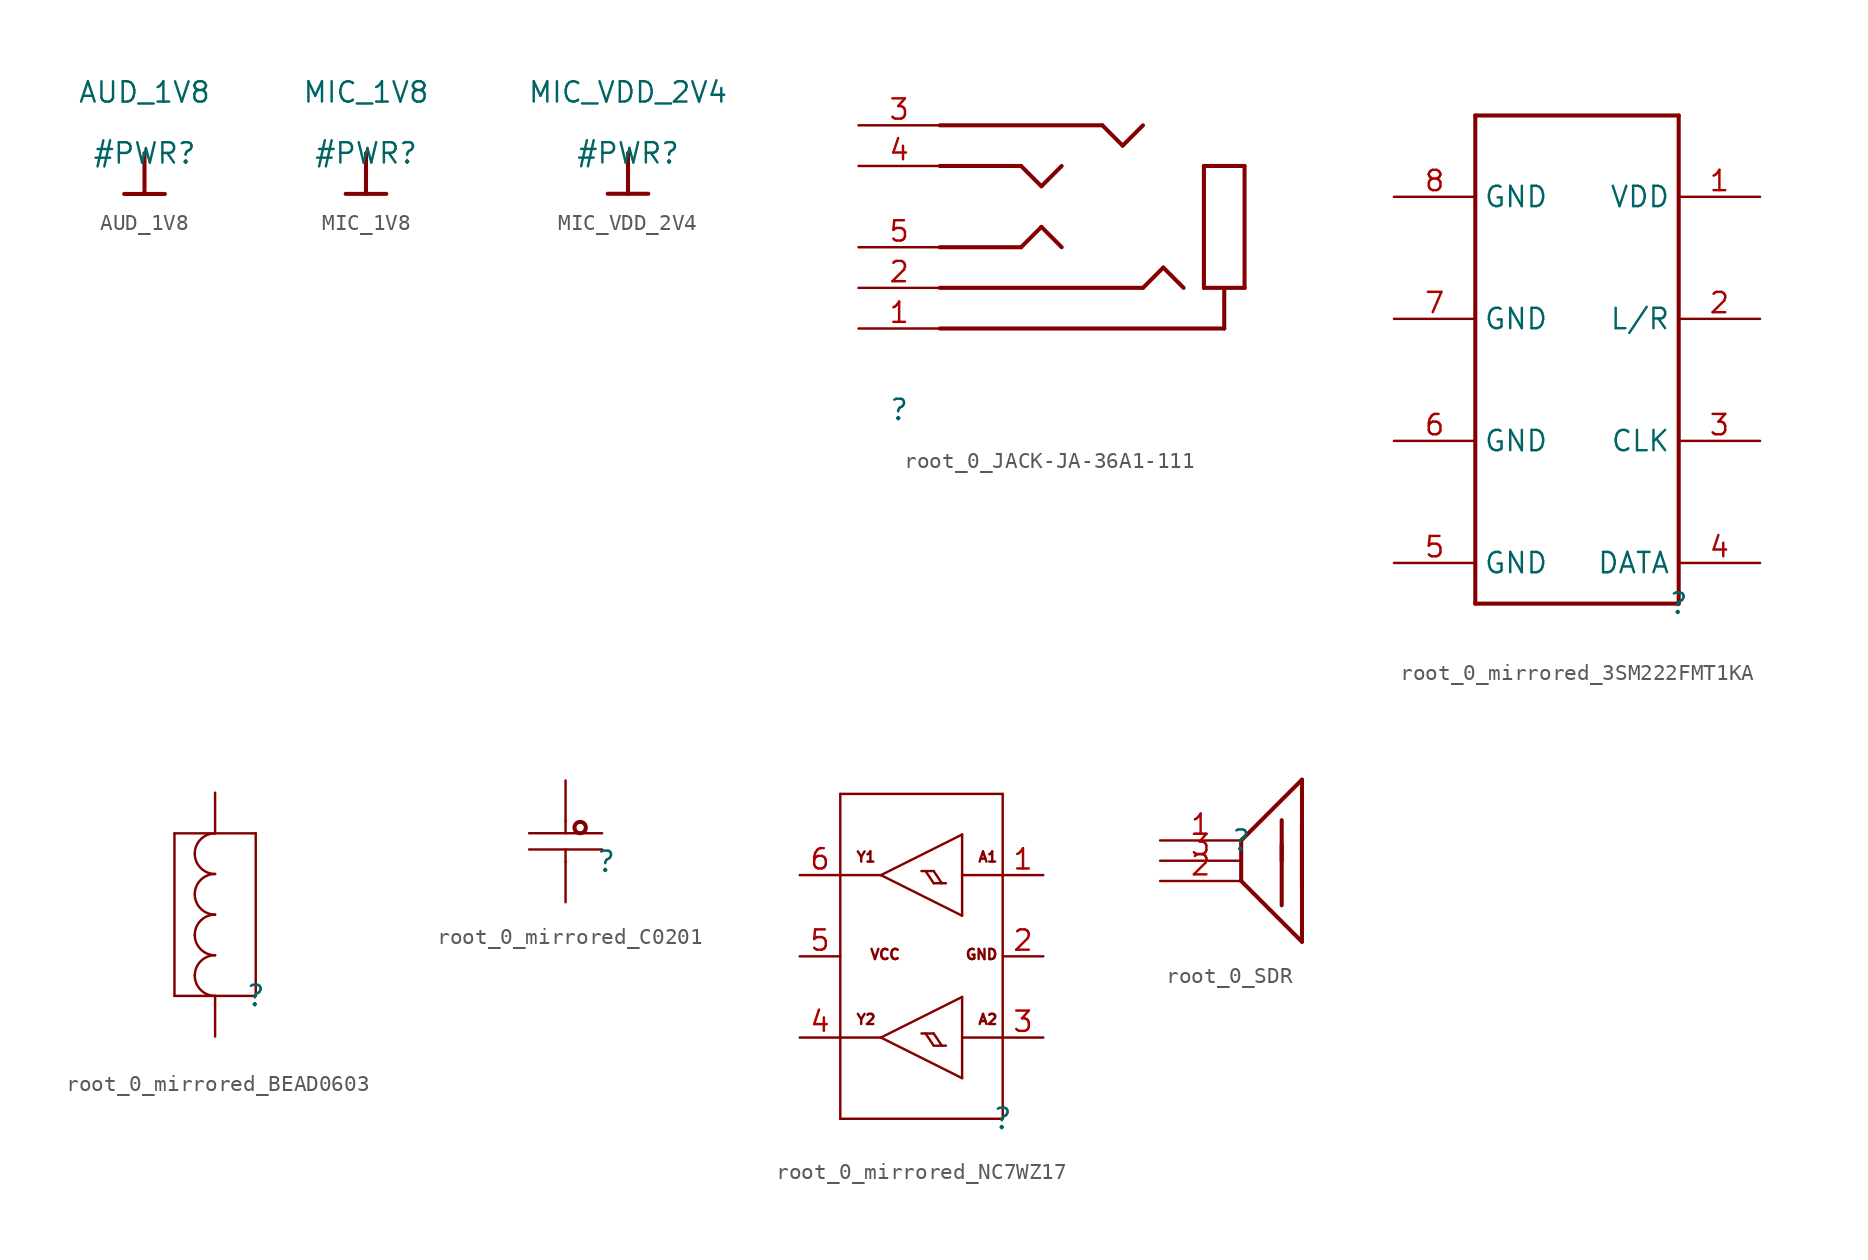
<source format=kicad_sym>
(kicad_symbol_lib
  (version 20220914)
  (generator kicad_symbol_editor)
  (symbol "AUD_1V8"
    (power)
    (property "Reference" "#PWR"
      (at 0 0 0)
      (effects (font (size 1.27 1.27))))
    (property "Value" "AUD_1V8"
      (at 0 3.81 0)
      (effects (font (size 1.27 1.27))))
    (symbol "AUD_1V8_0_0"
      (polyline (pts (xy -1.27 -2.54) (xy 1.27 -2.54)) (stroke (width 0.254) (type solid)) (fill (type none)))
      (polyline (pts (xy 0 0) (xy 0 -2.54)) (stroke (width 0.254) (type solid)) (fill (type none)))
      (pin power_in line (at 0 0 0) (length 0) hide (name "AUD_1V8" (effects (font (size 1.27 1.27)))) (number "" (effects (font (size 1.27 1.27)))))))
  (symbol "MIC_1V8"
    (power)
    (property "Reference" "#PWR"
      (at 0 0 0)
      (effects (font (size 1.27 1.27))))
    (property "Value" "MIC_1V8"
      (at 0 3.81 0)
      (effects (font (size 1.27 1.27))))
    (symbol "MIC_1V8_0_0"
      (polyline (pts (xy -1.27 -2.54) (xy 1.27 -2.54)) (stroke (width 0.254) (type solid)) (fill (type none)))
      (polyline (pts (xy 0 0) (xy 0 -2.54)) (stroke (width 0.254) (type solid)) (fill (type none)))
      (pin power_in line (at 0 0 0) (length 0) hide (name "MIC_1V8" (effects (font (size 1.27 1.27)))) (number "" (effects (font (size 1.27 1.27)))))))
  (symbol "MIC_VDD_2V4"
    (power)
    (property "Reference" "#PWR"
      (at 0 0 0)
      (effects (font (size 1.27 1.27))))
    (property "Value" "MIC_VDD_2V4"
      (at 0 3.81 0)
      (effects (font (size 1.27 1.27))))
    (symbol "MIC_VDD_2V4_0_0"
      (polyline (pts (xy -1.27 -2.54) (xy 1.27 -2.54)) (stroke (width 0.254) (type solid)) (fill (type none)))
      (polyline (pts (xy 0 0) (xy 0 -2.54)) (stroke (width 0.254) (type solid)) (fill (type none)))
      (pin power_in line (at 0 0 0) (length 0) hide (name "MIC_VDD_2V4" (effects (font (size 1.27 1.27)))) (number "" (effects (font (size 1.27 1.27)))))))
  (symbol "root_0_JACK-JA-36A1-111"
    (property "Reference" ""
      (at 0 0 0)
      (effects (font (size 1.27 1.27))))
    (property "Value" ""
      (at 0 0 0)
      (effects (font (size 1.27 1.27))))
    (symbol "root_0_JACK-JA-36A1-111_1_0"
      (polyline (pts (xy 2.54 5.08) (xy 20.32 5.08)) (stroke (width 0.254) (type solid)) (fill (type none)))
      (polyline (pts (xy 2.54 7.62) (xy 15.24 7.62)) (stroke (width 0.254) (type solid)) (fill (type none)))
      (polyline (pts (xy 2.54 10.16) (xy 7.62 10.16)) (stroke (width 0.254) (type solid)) (fill (type none)))
      (polyline (pts (xy 2.54 15.24) (xy 7.62 15.24)) (stroke (width 0.254) (type solid)) (fill (type none)))
      (polyline (pts (xy 2.54 17.78) (xy 12.7 17.78)) (stroke (width 0.254) (type solid)) (fill (type none)))
      (polyline (pts (xy 7.62 10.16) (xy 8.89 11.43)) (stroke (width 0.254) (type solid)) (fill (type none)))
      (polyline (pts (xy 7.62 15.24) (xy 8.89 13.97)) (stroke (width 0.254) (type solid)) (fill (type none)))
      (polyline (pts (xy 8.89 11.43) (xy 10.16 10.16)) (stroke (width 0.254) (type solid)) (fill (type none)))
      (polyline (pts (xy 8.89 13.97) (xy 10.16 15.24)) (stroke (width 0.254) (type solid)) (fill (type none)))
      (polyline (pts (xy 12.7 17.78) (xy 13.97 16.51)) (stroke (width 0.254) (type solid)) (fill (type none)))
      (polyline (pts (xy 13.97 16.51) (xy 15.24 17.78)) (stroke (width 0.254) (type solid)) (fill (type none)))
      (polyline (pts (xy 15.24 7.62) (xy 16.51 8.89)) (stroke (width 0.254) (type solid)) (fill (type none)))
      (polyline (pts (xy 16.51 8.89) (xy 17.78 7.62)) (stroke (width 0.254) (type solid)) (fill (type none)))
      (polyline (pts (xy 19.05 7.62) (xy 21.59 7.62)) (stroke (width 0.254) (type solid)) (fill (type none)))
      (polyline (pts (xy 19.05 15.24) (xy 19.05 7.62)) (stroke (width 0.254) (type solid)) (fill (type none)))
      (polyline (pts (xy 20.32 5.08) (xy 20.32 7.62)) (stroke (width 0.254) (type solid)) (fill (type none)))
      (polyline (pts (xy 21.59 7.62) (xy 21.59 15.24)) (stroke (width 0.254) (type solid)) (fill (type none)))
      (polyline (pts (xy 21.59 15.24) (xy 19.05 15.24)) (stroke (width 0.254) (type solid)) (fill (type none)))
      (pin passive line (at -2.54 5.08 0) (length 5.08) (name "1" (effects (font (size 0 0)))) (number "1" (effects (font (size 1.27 1.27)))))
      (pin passive line (at -2.54 7.62 0) (length 5.08) (name "2" (effects (font (size 0 0)))) (number "2" (effects (font (size 1.27 1.27)))))
      (pin passive line (at -2.54 17.78 0) (length 5.08) (name "3" (effects (font (size 0 0)))) (number "3" (effects (font (size 1.27 1.27)))))
      (pin passive line (at -2.54 15.24 0) (length 5.08) (name "4" (effects (font (size 0 0)))) (number "4" (effects (font (size 1.27 1.27)))))
      (pin passive line (at -2.54 10.16 0) (length 5.08) (name "5" (effects (font (size 0 0)))) (number "5" (effects (font (size 1.27 1.27)))))))
  (symbol "root_0_mirrored_3SM222FMT1KA"
    (property "Reference" ""
      (at 0 0 0)
      (effects (font (size 1.27 1.27))))
    (property "Value" ""
      (at 0 0 0)
      (effects (font (size 1.27 1.27))))
    (symbol "root_0_mirrored_3SM222FMT1KA_1_0"
      (polyline (pts (xy -12.7 0) (xy -12.7 30.48)) (stroke (width 0.254) (type solid)) (fill (type none)))
      (polyline (pts (xy -12.7 30.48) (xy 0 30.48)) (stroke (width 0.254) (type solid)) (fill (type none)))
      (polyline (pts (xy 0 0) (xy -12.7 0)) (stroke (width 0.254) (type solid)) (fill (type none)))
      (polyline (pts (xy 0 30.48) (xy 0 0)) (stroke (width 0.254) (type solid)) (fill (type none)))
      (pin passive line (at 5.08 25.4 180) (length 5.08) (name "VDD" (effects (font (size 1.27 1.27)))) (number "1" (effects (font (size 1.27 1.27)))))
      (pin passive line (at 5.08 17.78 180) (length 5.08) (name "L/R" (effects (font (size 1.27 1.27)))) (number "2" (effects (font (size 1.27 1.27)))))
      (pin passive line (at 5.08 10.16 180) (length 5.08) (name "CLK" (effects (font (size 1.27 1.27)))) (number "3" (effects (font (size 1.27 1.27)))))
      (pin passive line (at 5.08 2.54 180) (length 5.08) (name "DATA" (effects (font (size 1.27 1.27)))) (number "4" (effects (font (size 1.27 1.27)))))
      (pin passive line (at -17.78 2.54 0) (length 5.08) (name "GND" (effects (font (size 1.27 1.27)))) (number "5" (effects (font (size 1.27 1.27)))))
      (pin passive line (at -17.78 10.16 0) (length 5.08) (name "GND" (effects (font (size 1.27 1.27)))) (number "6" (effects (font (size 1.27 1.27)))))
      (pin passive line (at -17.78 17.78 0) (length 5.08) (name "GND" (effects (font (size 1.27 1.27)))) (number "7" (effects (font (size 1.27 1.27)))))
      (pin passive line (at -17.78 25.4 0) (length 5.08) (name "GND" (effects (font (size 1.27 1.27)))) (number "8" (effects (font (size 1.27 1.27)))))))
  (symbol "root_0_mirrored_BEAD0603"
    (property "Reference" ""
      (at 0 0 0)
      (effects (font (size 1.27 1.27))))
    (property "Value" ""
      (at 0 0 0)
      (effects (font (size 1.27 1.27))))
    (symbol "root_0_mirrored_BEAD0603_1_0"
      (arc (start -3.81 1.27) (mid -3.438 0.372) (end -2.54 0) (stroke (width 0) (type solid)) (fill (type none)))
      (arc (start -3.81 3.81) (mid -3.438 2.912) (end -2.54 2.54) (stroke (width 0) (type solid)) (fill (type none)))
      (arc (start -3.81 6.35) (mid -3.438 5.452) (end -2.54 5.08) (stroke (width 0) (type solid)) (fill (type none)))
      (arc (start -3.81 8.89) (mid -3.438 7.992) (end -2.54 7.62) (stroke (width 0) (type solid)) (fill (type none)))
      (arc (start -2.54 2.54) (mid -3.438 2.168) (end -3.81 1.27) (stroke (width 0) (type solid)) (fill (type none)))
      (arc (start -2.54 5.08) (mid -3.438 4.708) (end -3.81 3.81) (stroke (width 0) (type solid)) (fill (type none)))
      (arc (start -2.54 7.62) (mid -3.438 7.248) (end -3.81 6.35) (stroke (width 0) (type solid)) (fill (type none)))
      (arc (start -2.54 10.16) (mid -3.438 9.788) (end -3.81 8.89) (stroke (width 0) (type solid)) (fill (type none)))
      (polyline (pts (xy -5.08 0) (xy 0 0)) (stroke (width 0) (type solid)) (fill (type none)))
      (polyline (pts (xy -5.08 10.16) (xy -5.08 0)) (stroke (width 0) (type solid)) (fill (type none)))
      (polyline (pts (xy 0 0) (xy 0 10.16)) (stroke (width 0) (type solid)) (fill (type none)))
      (polyline (pts (xy 0 10.16) (xy -5.08 10.16)) (stroke (width 0) (type solid)) (fill (type none)))
      (pin passive line (at -2.54 12.7 270) (length 2.54) (name "1" (effects (font (size 0 0)))) (number "1" (effects (font (size 0 0)))))
      (pin passive line (at -2.54 -2.54 90) (length 2.54) (name "2" (effects (font (size 0 0)))) (number "2" (effects (font (size 0 0)))))))
  (symbol "root_0_mirrored_C0201"
    (property "Reference" ""
      (at 0 0 0)
      (effects (font (size 1.27 1.27))))
    (property "Value" ""
      (at 0 0 0)
      (effects (font (size 1.27 1.27))))
    (symbol "root_0_mirrored_C0201_1_0"
      (circle (center -1.626 2.134) (radius 0.356) (stroke (width 0.254) (type solid)) (fill (type none)))
      (polyline (pts (xy -2.54 0) (xy -2.54 0.762)) (stroke (width 0) (type solid)) (fill (type none)))
      (polyline (pts (xy -2.54 2.54) (xy -2.54 1.778)) (stroke (width 0) (type solid)) (fill (type none)))
      (polyline (pts (xy -0.254 0.762) (xy -4.826 0.762)) (stroke (width 0) (type solid)) (fill (type none)))
      (polyline (pts (xy -0.254 1.778) (xy -4.826 1.778)) (stroke (width 0) (type solid)) (fill (type none)))
      (pin passive line (at -2.54 5.08 270) (length 2.54) (name "1" (effects (font (size 0 0)))) (number "1" (effects (font (size 0 0)))))
      (pin passive line (at -2.54 -2.54 90) (length 2.54) (name "2" (effects (font (size 0 0)))) (number "2" (effects (font (size 0 0)))))))
  (symbol "root_0_mirrored_NC7WZ17"
    (property "Reference" ""
      (at 0 0 0)
      (effects (font (size 1.27 1.27))))
    (property "Value" ""
      (at 0 0 0)
      (effects (font (size 1.27 1.27))))
    (symbol "root_0_mirrored_NC7WZ17_1_0"
      (polyline (pts (xy -10.16 0) (xy 0 0)) (stroke (width 0) (type solid)) (fill (type none)))
      (polyline (pts (xy -10.16 20.32) (xy -10.16 0)) (stroke (width 0) (type solid)) (fill (type none)))
      (polyline (pts (xy -7.62 5.08) (xy -10.16 5.08)) (stroke (width 0) (type solid)) (fill (type none)))
      (polyline (pts (xy -7.62 15.24) (xy -10.16 15.24)) (stroke (width 0) (type solid)) (fill (type none)))
      (polyline (pts (xy -4.318 4.572) (xy -4.826 5.334)) (stroke (width 0) (type solid)) (fill (type none)))
      (polyline (pts (xy -4.318 4.572) (xy -3.556 4.572)) (stroke (width 0) (type solid)) (fill (type none)))
      (polyline (pts (xy -4.318 5.334) (xy -5.08 5.334)) (stroke (width 0) (type solid)) (fill (type none)))
      (polyline (pts (xy -4.318 14.732) (xy -4.826 15.494)) (stroke (width 0) (type solid)) (fill (type none)))
      (polyline (pts (xy -4.318 14.732) (xy -3.556 14.732)) (stroke (width 0) (type solid)) (fill (type none)))
      (polyline (pts (xy -4.318 15.494) (xy -5.08 15.494)) (stroke (width 0) (type solid)) (fill (type none)))
      (polyline (pts (xy -3.81 4.572) (xy -4.318 5.334)) (stroke (width 0) (type solid)) (fill (type none)))
      (polyline (pts (xy -3.81 14.732) (xy -4.318 15.494)) (stroke (width 0) (type solid)) (fill (type none)))
      (polyline (pts (xy -2.54 2.54) (xy -7.62 5.08)) (stroke (width 0) (type solid)) (fill (type none)))
      (polyline (pts (xy -2.54 5.08) (xy 0 5.08)) (stroke (width 0) (type solid)) (fill (type none)))
      (polyline (pts (xy -2.54 7.62) (xy -7.62 5.08)) (stroke (width 0) (type solid)) (fill (type none)))
      (polyline (pts (xy -2.54 7.62) (xy -2.54 2.54)) (stroke (width 0) (type solid)) (fill (type none)))
      (polyline (pts (xy -2.54 12.7) (xy -7.62 15.24)) (stroke (width 0) (type solid)) (fill (type none)))
      (polyline (pts (xy -2.54 15.24) (xy 0 15.24)) (stroke (width 0) (type solid)) (fill (type none)))
      (polyline (pts (xy -2.54 17.78) (xy -7.62 15.24)) (stroke (width 0) (type solid)) (fill (type none)))
      (polyline (pts (xy -2.54 17.78) (xy -2.54 12.7)) (stroke (width 0) (type solid)) (fill (type none)))
      (polyline (pts (xy 0 0) (xy 0 20.32)) (stroke (width 0) (type solid)) (fill (type none)))
      (polyline (pts (xy 0 20.32) (xy -10.16 20.32)) (stroke (width 0) (type solid)) (fill (type none)))
      (text "A1" (at -0.254 16.002 0) (effects (font (size 0.635 0.635)) (justify right bottom)))
      (text "A2" (at -0.254 5.842 0) (effects (font (size 0.635 0.635)) (justify right bottom)))
      (text "GND" (at -0.254 9.906 0) (effects (font (size 0.635 0.635)) (justify right bottom)))
      (text "VCC" (at -6.35 9.906 0) (effects (font (size 0.635 0.635)) (justify right bottom)))
      (text "Y1" (at -7.874 16.002 0) (effects (font (size 0.635 0.635)) (justify right bottom)))
      (text "Y2" (at -7.874 5.842 0) (effects (font (size 0.635 0.635)) (justify right bottom)))
      (pin passive line (at 2.54 15.24 180) (length 2.54) (name "A1" (effects (font (size 0 0)))) (number "1" (effects (font (size 1.27 1.27)))))
      (pin power_in line (at 2.54 10.16 180) (length 2.54) (name "GND" (effects (font (size 0 0)))) (number "2" (effects (font (size 1.27 1.27)))))
      (pin passive line (at 2.54 5.08 180) (length 2.54) (name "A2" (effects (font (size 0 0)))) (number "3" (effects (font (size 1.27 1.27)))))
      (pin passive line (at -12.7 5.08 0) (length 2.54) (name "Y2" (effects (font (size 0 0)))) (number "4" (effects (font (size 1.27 1.27)))))
      (pin power_in line (at -12.7 10.16 0) (length 2.54) (name "VCC" (effects (font (size 0 0)))) (number "5" (effects (font (size 1.27 1.27)))))
      (pin passive line (at -12.7 15.24 0) (length 2.54) (name "Y1" (effects (font (size 0 0)))) (number "6" (effects (font (size 1.27 1.27)))))))
  (symbol "root_0_SDR"
    (property "Reference" ""
      (at 0 0 0)
      (effects (font (size 1.27 1.27))))
    (property "Value" ""
      (at 0 0 0)
      (effects (font (size 1.27 1.27))))
    (symbol "root_0_SDR_1_0"
      (polyline (pts (xy 0 -2.54) (xy 0 0)) (stroke (width 0.254) (type solid)) (fill (type none)))
      (polyline (pts (xy 0 0) (xy 3.81 3.81)) (stroke (width 0.254) (type solid)) (fill (type none)))
      (polyline (pts (xy 2.54 -1.27) (xy 2.54 1.27)) (stroke (width 0.254) (type solid)) (fill (type none)))
      (polyline (pts (xy 2.54 -0.254) (xy 2.54 -4.064)) (stroke (width 0.254) (type solid)) (fill (type none)))
      (polyline (pts (xy 3.81 -6.35) (xy 0 -2.54)) (stroke (width 0.254) (type solid)) (fill (type none)))
      (polyline (pts (xy 3.81 1.016) (xy 3.81 -2.794)) (stroke (width 0.254) (type solid)) (fill (type none)))
      (polyline (pts (xy 3.81 3.81) (xy 3.81 -6.35)) (stroke (width 0.254) (type solid)) (fill (type none)))
      (pin passive line (at -5.08 0 0) (length 5.08) (name "1" (effects (font (size 0 0)))) (number "1" (effects (font (size 1.27 1.27)))))
      (pin passive line (at -5.08 -2.54 0) (length 5.08) (name "2" (effects (font (size 0 0)))) (number "2" (effects (font (size 1.27 1.27)))))
      (pin passive line (at -5.08 -1.27 0) (length 5.08) (name "3" (effects (font (size 0 0)))) (number "3" (effects (font (size 1.27 1.27))))))))
</source>
